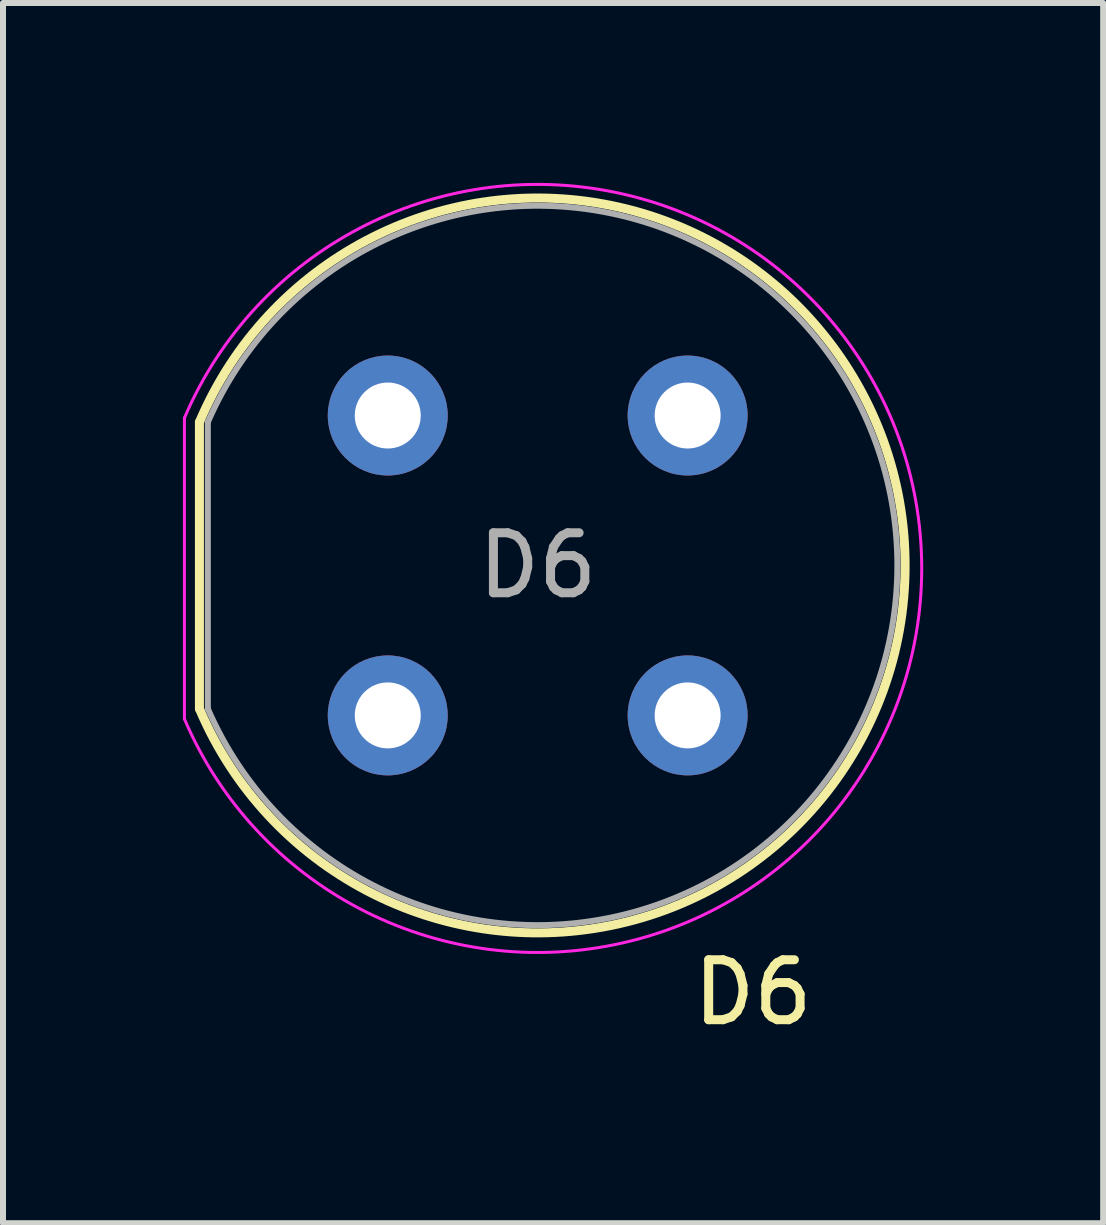
<source format=kicad_pcb>
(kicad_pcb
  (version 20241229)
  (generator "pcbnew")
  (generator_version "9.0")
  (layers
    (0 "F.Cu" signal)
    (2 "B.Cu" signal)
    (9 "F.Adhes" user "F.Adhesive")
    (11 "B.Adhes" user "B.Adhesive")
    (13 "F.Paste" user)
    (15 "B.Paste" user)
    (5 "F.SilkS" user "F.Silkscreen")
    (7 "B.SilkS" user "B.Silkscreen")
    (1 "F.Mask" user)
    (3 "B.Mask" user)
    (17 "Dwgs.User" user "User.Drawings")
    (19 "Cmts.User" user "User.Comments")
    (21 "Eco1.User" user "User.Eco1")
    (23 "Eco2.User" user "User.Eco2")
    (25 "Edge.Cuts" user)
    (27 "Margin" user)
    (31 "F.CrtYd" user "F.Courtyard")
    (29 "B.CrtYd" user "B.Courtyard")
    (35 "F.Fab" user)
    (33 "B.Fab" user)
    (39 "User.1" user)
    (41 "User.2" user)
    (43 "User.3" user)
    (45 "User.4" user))
  (footprint "D6"
    (layer "F.Cu")
    (at 3.504 3.997)
    (property "Reference" "D6" (at 6 9.5 0) (layer "F.SilkS") (effects (font (size 1 1) (thickness 0.15))))
    (attr through_hole)
    (fp_line (start -3.229 4.771) (end -3.229 -0.009) (stroke (width 0.15) (type solid)) (layer "F.SilkS"))
    (fp_arc (start -3.228601 -0.009299) (mid 8.536894 2.376984) (end -3.225696 4.777544) (stroke (width 0.15) (type solid)) (layer "F.SilkS"))
    (fp_line (start -3.479 -0.079) (end -3.479 4.941) (stroke (width 0.05) (type solid)) (layer "F.CrtYd"))
    (fp_arc (start -3.478601 -0.079299) (mid 8.813914 2.430701) (end -3.478601 4.940701) (stroke (width 0.05) (type solid)) (layer "F.CrtYd"))
    (fp_line (start -3.089 -0.009) (end -3.089 4.771) (stroke (width 0.1) (type solid)) (layer "F.Fab"))
    (fp_arc (start -3.088601 -0.009299) (mid 8.40824 2.379355) (end -3.087527 4.77317) (stroke (width 0.1) (type solid)) (layer "F.Fab"))
    (fp_text user "${REFERENCE}" (at 2.411 2.381 0) (layer "F.Fab") (effects (font (size 1 1) (thickness 0.15))))
    (pad "1" thru_hole circle (at -0.089 -0.119 270) (size 2 2) (drill 1.1) (layers "*.Cu" "*.Mask"))
    (pad "1" thru_hole circle (at 4.911 -0.119 270) (size 2 2) (drill 1.1) (layers "*.Cu" "*.Mask"))
    (pad "2" thru_hole circle (at -0.089 4.881 270) (size 2 2) (drill 1.1) (layers "*.Cu" "*.Mask"))
    (pad "2" thru_hole circle (at 4.911 4.881 270) (size 2 2) (drill 1.1) (layers "*.Cu" "*.Mask")))
  (gr_rect
    (start -3 -3)
    (end 15.343 17.345)
    (stroke (width 0.1) (type default))
    (fill no)
    (layer "Edge.Cuts")))
</source>
